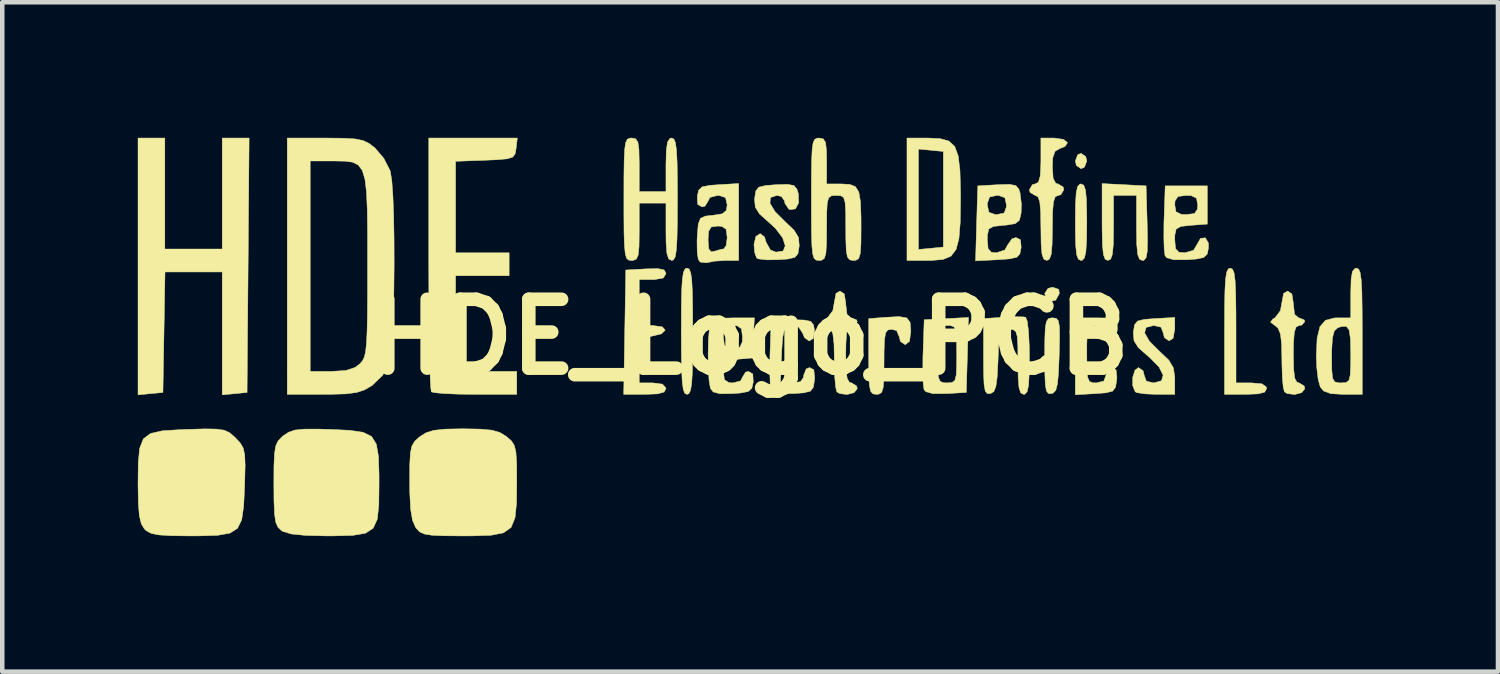
<source format=kicad_pcb>
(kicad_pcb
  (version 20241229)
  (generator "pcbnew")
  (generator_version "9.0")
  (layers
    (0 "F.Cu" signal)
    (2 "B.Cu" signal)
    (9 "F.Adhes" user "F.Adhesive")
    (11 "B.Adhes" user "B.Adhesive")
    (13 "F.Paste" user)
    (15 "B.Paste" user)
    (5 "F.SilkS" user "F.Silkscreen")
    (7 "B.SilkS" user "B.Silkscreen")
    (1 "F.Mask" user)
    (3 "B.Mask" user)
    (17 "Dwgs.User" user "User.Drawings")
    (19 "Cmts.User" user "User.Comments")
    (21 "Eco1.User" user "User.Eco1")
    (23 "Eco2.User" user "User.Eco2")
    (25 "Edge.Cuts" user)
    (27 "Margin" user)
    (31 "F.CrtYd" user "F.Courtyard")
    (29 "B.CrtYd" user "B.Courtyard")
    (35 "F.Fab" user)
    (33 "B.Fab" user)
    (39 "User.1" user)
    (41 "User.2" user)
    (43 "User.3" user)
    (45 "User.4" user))
  (footprint "HDE_Logo_PCB"
    (layer "F.Cu")
    (at 13.552 4.408)
    (property "Reference" "HDE_Logo_PCB" (at 0 0 0) (layer "F.SilkS") (effects (font (size 1.524 1.524) (thickness 0.3))))
    (attr through_hole)
    (fp_poly (pts (xy 6.831 -1.054) (xy 6.843 -0.96) (xy 6.763 -0.816) (xy 6.637 -0.782) (xy 6.578 -0.817) (xy 6.518 -0.962) (xy 6.593 -1.076) (xy 6.695 -1.101) (xy 6.831 -1.054)) (stroke (width 0.01) (type solid)) (fill yes) (layer "F.SilkS"))
    (fp_poly (pts (xy 7.427 -3.993) (xy 7.451 -3.895) (xy 7.398 -3.757) (xy 7.324 -3.725) (xy 7.22 -3.796) (xy 7.197 -3.895) (xy 7.25 -4.033) (xy 7.324 -4.064) (xy 7.427 -3.993)) (stroke (width 0.01) (type solid)) (fill yes) (layer "F.SilkS"))
    (fp_poly (pts (xy -12.954 -1.947) (xy -11.684 -1.947) (xy -11.684 -4.403) (xy -11.089 -4.403) (xy -11.111 -1.587) (xy -11.134 1.228) (xy -11.684 1.281) (xy -11.684 -1.439) (xy -12.95 -1.439) (xy -12.973 -0.106) (xy -12.996 1.228) (xy -13.271 1.254) (xy -13.547 1.281) (xy -13.547 -4.403) (xy -12.954 -4.403) (xy -12.954 -1.947)) (stroke (width 0.01) (type solid)) (fill yes) (layer "F.SilkS"))
    (fp_poly (pts (xy 7.383 -3.359) (xy 7.421 -3.256) (xy 7.442 -3.051) (xy 7.45 -2.716) (xy 7.451 -2.54) (xy 7.446 -2.145) (xy 7.431 -1.892) (xy 7.4 -1.752) (xy 7.35 -1.697) (xy 7.324 -1.693) (xy 7.264 -1.721) (xy 7.226 -1.824) (xy 7.205 -2.029) (xy 7.197 -2.364) (xy 7.197 -2.54) (xy 7.201 -2.935) (xy 7.216 -3.188) (xy 7.247 -3.328) (xy 7.297 -3.383) (xy 7.324 -3.387) (xy 7.383 -3.359)) (stroke (width 0.01) (type solid)) (fill yes) (layer "F.SilkS"))
    (fp_poly (pts (xy 6.771 -0.413) (xy 6.819 -0.362) (xy 6.844 -0.238) (xy 6.849 -0.011) (xy 6.841 0.35) (xy 6.84 0.401) (xy 6.825 0.787) (xy 6.802 1.035) (xy 6.766 1.176) (xy 6.709 1.24) (xy 6.668 1.254) (xy 6.6 1.251) (xy 6.557 1.193) (xy 6.532 1.049) (xy 6.522 0.792) (xy 6.519 0.43) (xy 6.522 0.043) (xy 6.532 -0.205) (xy 6.558 -0.345) (xy 6.604 -0.408) (xy 6.677 -0.423) (xy 6.692 -0.423) (xy 6.771 -0.413)) (stroke (width 0.01) (type solid)) (fill yes) (layer "F.SilkS"))
    (fp_poly (pts (xy 10.675 -1.501) (xy 10.711 -1.416) (xy 10.733 -1.246) (xy 10.746 -0.967) (xy 10.752 -0.556) (xy 10.753 -0.254) (xy 10.753 1.016) (xy 11.091 1.016) (xy 11.327 1.037) (xy 11.424 1.106) (xy 11.43 1.143) (xy 11.388 1.22) (xy 11.241 1.259) (xy 10.964 1.27) (xy 10.499 1.27) (xy 10.499 -0.127) (xy 10.501 -0.651) (xy 10.508 -1.029) (xy 10.523 -1.283) (xy 10.547 -1.435) (xy 10.583 -1.507) (xy 10.626 -1.524) (xy 10.675 -1.501)) (stroke (width 0.01) (type solid)) (fill yes) (layer "F.SilkS"))
    (fp_poly (pts (xy -1.349 -1.502) (xy -1.315 -1.42) (xy -1.292 -1.257) (xy -1.278 -0.989) (xy -1.272 -0.594) (xy -1.27 -0.127) (xy -1.272 0.397) (xy -1.279 0.775) (xy -1.294 1.029) (xy -1.319 1.181) (xy -1.355 1.253) (xy -1.397 1.27) (xy -1.445 1.248) (xy -1.479 1.166) (xy -1.502 1.003) (xy -1.516 0.735) (xy -1.522 0.34) (xy -1.524 -0.127) (xy -1.522 -0.651) (xy -1.515 -1.029) (xy -1.5 -1.283) (xy -1.475 -1.435) (xy -1.439 -1.507) (xy -1.397 -1.524) (xy -1.349 -1.502)) (stroke (width 0.01) (type solid)) (fill yes) (layer "F.SilkS"))
    (fp_poly (pts (xy 8.763 -3.344) (xy 8.787 -2.519) (xy 8.795 -2.133) (xy 8.788 -1.887) (xy 8.762 -1.752) (xy 8.714 -1.698) (xy 8.681 -1.693) (xy 8.617 -1.722) (xy 8.577 -1.828) (xy 8.557 -2.041) (xy 8.551 -2.392) (xy 8.551 -2.413) (xy 8.551 -3.133) (xy 8.043 -3.133) (xy 8.043 -2.413) (xy 8.038 -2.053) (xy 8.018 -1.833) (xy 7.979 -1.723) (xy 7.916 -1.693) (xy 7.857 -1.721) (xy 7.819 -1.823) (xy 7.798 -2.028) (xy 7.79 -2.362) (xy 7.789 -2.544) (xy 7.789 -3.395) (xy 8.763 -3.344)) (stroke (width 0.01) (type solid)) (fill yes) (layer "F.SilkS"))
    (fp_poly (pts (xy 4.204 -4.39) (xy 4.398 -4.336) (xy 4.528 -4.216) (xy 4.605 -4.006) (xy 4.644 -3.683) (xy 4.656 -3.222) (xy 4.657 -3.048) (xy 4.65 -2.54) (xy 4.621 -2.177) (xy 4.557 -1.935) (xy 4.445 -1.789) (xy 4.272 -1.717) (xy 4.025 -1.694) (xy 3.932 -1.693) (xy 3.471 -1.693) (xy 3.471 -1.937) (xy 3.725 -1.937) (xy 4 -1.963) (xy 4.276 -1.99) (xy 4.276 -4.106) (xy 4 -4.133) (xy 3.725 -4.159) (xy 3.725 -1.937) (xy 3.471 -1.937) (xy 3.471 -4.403) (xy 3.932 -4.403) (xy 4.204 -4.39)) (stroke (width 0.01) (type solid)) (fill yes) (layer "F.SilkS"))
    (fp_poly (pts (xy -5.18 -4.17) (xy -5.201 -4.053) (xy -5.254 -3.982) (xy -5.376 -3.943) (xy -5.603 -3.923) (xy -5.863 -3.912) (xy -6.519 -3.888) (xy -6.519 -1.863) (xy -5.334 -1.863) (xy -5.334 -1.355) (xy -6.519 -1.355) (xy -6.519 0.762) (xy -5.165 0.762) (xy -5.165 1.27) (xy -6.082 1.27) (xy -6.46 1.265) (xy -6.774 1.252) (xy -6.985 1.232) (xy -7.056 1.214) (xy -7.069 1.118) (xy -7.082 0.874) (xy -7.092 0.501) (xy -7.101 0.02) (xy -7.108 -0.55) (xy -7.111 -1.187) (xy -7.112 -1.623) (xy -7.112 -4.403) (xy -5.153 -4.403) (xy -5.18 -4.17)) (stroke (width 0.01) (type solid)) (fill yes) (layer "F.SilkS"))
    (fp_poly (pts (xy 3.466 -0.422) (xy 3.539 -0.327) (xy 3.556 -0.146) (xy 3.556 -0.12) (xy 3.527 0.096) (xy 3.435 0.169) (xy 3.429 0.169) (xy 3.326 0.099) (xy 3.302 0) (xy 3.242 -0.142) (xy 3.133 -0.169) (xy 3.05 -0.156) (xy 3 -0.094) (xy 2.974 0.051) (xy 2.964 0.31) (xy 2.963 0.55) (xy 2.96 0.9) (xy 2.946 1.114) (xy 2.912 1.225) (xy 2.851 1.265) (xy 2.794 1.27) (xy 2.717 1.258) (xy 2.667 1.203) (xy 2.64 1.072) (xy 2.627 0.836) (xy 2.625 0.464) (xy 2.625 0.432) (xy 2.625 -0.406) (xy 3.004 -0.436) (xy 3.3 -0.451) (xy 3.466 -0.422)) (stroke (width 0.01) (type solid)) (fill yes) (layer "F.SilkS"))
    (fp_poly (pts (xy -1.904 -1.484) (xy -1.863 -1.411) (xy -1.863 -1.401) (xy -1.921 -1.306) (xy -2.114 -1.271) (xy -2.159 -1.27) (xy -2.455 -1.27) (xy -2.455 -0.254) (xy -2.152 -0.254) (xy -1.942 -0.223) (xy -1.88 -0.15) (xy -1.961 -0.071) (xy -2.179 -0.017) (xy -2.187 -0.016) (xy -2.336 0.006) (xy -2.416 0.06) (xy -2.449 0.191) (xy -2.455 0.439) (xy -2.455 0.513) (xy -2.455 1.016) (xy -2.159 1.016) (xy -1.94 1.044) (xy -1.863 1.131) (xy -1.863 1.143) (xy -1.904 1.219) (xy -2.051 1.259) (xy -2.33 1.27) (xy -2.798 1.27) (xy -2.752 -1.482) (xy -2.307 -1.507) (xy -2.04 -1.513) (xy -1.904 -1.484)) (stroke (width 0.01) (type solid)) (fill yes) (layer "F.SilkS"))
    (fp_poly (pts (xy -9.288 2.046) (xy -8.862 2.066) (xy -8.567 2.109) (xy -8.378 2.202) (xy -8.272 2.374) (xy -8.225 2.649) (xy -8.213 3.056) (xy -8.213 3.263) (xy -8.218 3.718) (xy -8.252 4.033) (xy -8.342 4.232) (xy -8.513 4.343) (xy -8.792 4.391) (xy -9.206 4.402) (xy -9.367 4.403) (xy -9.834 4.392) (xy -10.153 4.36) (xy -10.345 4.302) (xy -10.377 4.282) (xy -10.451 4.21) (xy -10.499 4.1) (xy -10.526 3.918) (xy -10.538 3.632) (xy -10.541 3.259) (xy -10.539 2.856) (xy -10.527 2.585) (xy -10.5 2.413) (xy -10.449 2.302) (xy -10.368 2.216) (xy -10.332 2.186) (xy -10.215 2.108) (xy -10.074 2.06) (xy -9.869 2.039) (xy -9.561 2.038) (xy -9.288 2.046)) (stroke (width 0.01) (type solid)) (fill yes) (layer "F.SilkS"))
    (fp_poly (pts (xy 4.808 0.398) (xy 4.784 1.228) (xy 4.338 1.253) (xy 4.043 1.254) (xy 3.886 1.209) (xy 3.848 1.162) (xy 3.83 1.026) (xy 3.822 0.77) (xy 3.824 0.441) (xy 3.826 0.381) (xy 4.149 0.381) (xy 4.151 0.704) (xy 4.167 0.893) (xy 4.208 0.985) (xy 4.286 1.014) (xy 4.36 1.016) (xy 4.468 1.008) (xy 4.531 0.961) (xy 4.562 0.838) (xy 4.571 0.604) (xy 4.572 0.381) (xy 4.569 0.058) (xy 4.554 -0.131) (xy 4.513 -0.223) (xy 4.435 -0.252) (xy 4.36 -0.254) (xy 4.253 -0.246) (xy 4.19 -0.199) (xy 4.159 -0.076) (xy 4.149 0.158) (xy 4.149 0.381) (xy 3.826 0.381) (xy 3.828 0.332) (xy 3.852 -0.381) (xy 4.832 -0.432) (xy 4.808 0.398)) (stroke (width 0.01) (type solid)) (fill yes) (layer "F.SilkS"))
    (fp_poly (pts (xy 7.929 -0.419) (xy 8.067 -0.391) (xy 8.12 -0.317) (xy 8.128 -0.173) (xy 8.128 -0.169) (xy 8.09 0.032) (xy 8.001 0.085) (xy 7.898 0.014) (xy 7.874 -0.085) (xy 7.824 -0.217) (xy 7.662 -0.254) (xy 7.555 -0.246) (xy 7.492 -0.199) (xy 7.461 -0.076) (xy 7.451 0.158) (xy 7.451 0.381) (xy 7.453 0.704) (xy 7.469 0.893) (xy 7.51 0.985) (xy 7.588 1.014) (xy 7.662 1.016) (xy 7.828 0.976) (xy 7.874 0.847) (xy 7.929 0.707) (xy 8.006 0.677) (xy 8.098 0.725) (xy 8.117 0.891) (xy 8.112 0.953) (xy 8.087 1.113) (xy 8.023 1.198) (xy 7.874 1.236) (xy 7.641 1.253) (xy 7.197 1.279) (xy 7.197 -0.423) (xy 7.662 -0.423) (xy 7.929 -0.419)) (stroke (width 0.01) (type solid)) (fill yes) (layer "F.SilkS"))
    (fp_poly (pts (xy -11.81 2.038) (xy -11.641 2.063) (xy -11.524 2.116) (xy -11.418 2.206) (xy -11.384 2.24) (xy -11.282 2.349) (xy -11.219 2.459) (xy -11.186 2.609) (xy -11.177 2.837) (xy -11.185 3.183) (xy -11.189 3.313) (xy -11.209 3.744) (xy -11.252 4.044) (xy -11.345 4.235) (xy -11.515 4.342) (xy -11.789 4.39) (xy -12.194 4.402) (xy -12.407 4.403) (xy -12.812 4.398) (xy -13.084 4.381) (xy -13.257 4.346) (xy -13.366 4.287) (xy -13.407 4.248) (xy -13.475 4.135) (xy -13.518 3.956) (xy -13.54 3.676) (xy -13.547 3.263) (xy -13.547 3.248) (xy -13.542 2.784) (xy -13.511 2.462) (xy -13.429 2.255) (xy -13.271 2.136) (xy -13.014 2.077) (xy -12.631 2.052) (xy -12.457 2.045) (xy -12.068 2.034) (xy -11.81 2.038)) (stroke (width 0.01) (type solid)) (fill yes) (layer "F.SilkS"))
    (fp_poly (pts (xy 1.199 -0.375) (xy 1.341 -0.345) (xy 1.402 -0.269) (xy 1.424 -0.148) (xy 1.399 0.032) (xy 1.306 0.089) (xy 1.202 0.013) (xy 1.159 -0.091) (xy 1.068 -0.226) (xy 0.916 -0.24) (xy 0.814 -0.212) (xy 0.752 -0.14) (xy 0.719 0.015) (xy 0.7 0.289) (xy 0.695 0.402) (xy 0.67 1.016) (xy 0.928 1.016) (xy 1.115 0.99) (xy 1.182 0.894) (xy 1.185 0.847) (xy 1.241 0.707) (xy 1.318 0.677) (xy 1.409 0.725) (xy 1.428 0.891) (xy 1.424 0.953) (xy 1.399 1.113) (xy 1.335 1.198) (xy 1.186 1.236) (xy 0.952 1.253) (xy 0.657 1.254) (xy 0.499 1.209) (xy 0.461 1.162) (xy 0.443 1.026) (xy 0.435 0.77) (xy 0.438 0.441) (xy 0.441 0.332) (xy 0.466 -0.381) (xy 0.931 -0.381) (xy 1.199 -0.375)) (stroke (width 0.01) (type solid)) (fill yes) (layer "F.SilkS"))
    (fp_poly (pts (xy 6.043 -0.445) (xy 6.097 -0.437) (xy 6.134 -0.345) (xy 6.162 -0.115) (xy 6.178 0.217) (xy 6.181 0.43) (xy 6.176 0.823) (xy 6.161 1.075) (xy 6.13 1.213) (xy 6.079 1.266) (xy 6.054 1.27) (xy 5.99 1.239) (xy 5.951 1.127) (xy 5.932 0.905) (xy 5.927 0.55) (xy 5.925 0.202) (xy 5.912 -0.011) (xy 5.879 -0.121) (xy 5.817 -0.163) (xy 5.718 -0.169) (xy 5.616 -0.161) (xy 5.553 -0.114) (xy 5.517 0.006) (xy 5.497 0.234) (xy 5.486 0.528) (xy 5.468 0.88) (xy 5.439 1.096) (xy 5.393 1.209) (xy 5.32 1.253) (xy 5.313 1.254) (xy 5.245 1.251) (xy 5.202 1.192) (xy 5.177 1.048) (xy 5.167 0.789) (xy 5.165 0.438) (xy 5.165 -0.407) (xy 5.589 -0.436) (xy 5.85 -0.448) (xy 6.043 -0.445)) (stroke (width 0.01) (type solid)) (fill yes) (layer "F.SilkS"))
    (fp_poly (pts (xy -5.969 2.039) (xy -5.713 2.063) (xy -5.536 2.115) (xy -5.396 2.201) (xy -5.388 2.207) (xy -5.285 2.298) (xy -5.22 2.398) (xy -5.184 2.547) (xy -5.168 2.782) (xy -5.165 3.143) (xy -5.165 3.205) (xy -5.17 3.676) (xy -5.204 4.004) (xy -5.291 4.215) (xy -5.458 4.334) (xy -5.731 4.388) (xy -6.134 4.402) (xy -6.35 4.403) (xy -6.759 4.4) (xy -7.033 4.389) (xy -7.206 4.362) (xy -7.312 4.315) (xy -7.385 4.24) (xy -7.404 4.214) (xy -7.472 4.059) (xy -7.514 3.812) (xy -7.533 3.441) (xy -7.535 3.205) (xy -7.533 2.823) (xy -7.52 2.573) (xy -7.487 2.415) (xy -7.426 2.31) (xy -7.329 2.221) (xy -7.312 2.207) (xy -7.172 2.119) (xy -6.999 2.066) (xy -6.749 2.039) (xy -6.376 2.032) (xy -6.35 2.032) (xy -5.969 2.039)) (stroke (width 0.01) (type solid)) (fill yes) (layer "F.SilkS"))
    (fp_poly (pts (xy 2.084 -0.952) (xy 2.116 -0.747) (xy 2.117 -0.72) (xy 2.144 -0.5) (xy 2.232 -0.424) (xy 2.244 -0.423) (xy 2.356 -0.378) (xy 2.371 -0.339) (xy 2.302 -0.264) (xy 2.244 -0.254) (xy 2.177 -0.221) (xy 2.137 -0.101) (xy 2.12 0.137) (xy 2.117 0.381) (xy 2.123 0.716) (xy 2.147 0.913) (xy 2.195 1.001) (xy 2.244 1.016) (xy 2.356 1.084) (xy 2.371 1.143) (xy 2.301 1.232) (xy 2.145 1.273) (xy 1.981 1.252) (xy 1.919 1.214) (xy 1.892 1.107) (xy 1.872 0.877) (xy 1.863 0.569) (xy 1.863 0.498) (xy 1.856 0.148) (xy 1.83 -0.07) (xy 1.777 -0.195) (xy 1.714 -0.25) (xy 1.611 -0.327) (xy 1.657 -0.392) (xy 1.714 -0.428) (xy 1.83 -0.583) (xy 1.863 -0.766) (xy 1.901 -0.965) (xy 1.99 -1.016) (xy 2.084 -0.952)) (stroke (width 0.01) (type solid)) (fill yes) (layer "F.SilkS"))
    (fp_poly (pts (xy 11.99 -0.952) (xy 12.022 -0.747) (xy 12.023 -0.72) (xy 12.05 -0.5) (xy 12.138 -0.424) (xy 12.15 -0.423) (xy 12.262 -0.378) (xy 12.277 -0.339) (xy 12.208 -0.264) (xy 12.15 -0.254) (xy 12.083 -0.221) (xy 12.043 -0.101) (xy 12.026 0.137) (xy 12.023 0.381) (xy 12.029 0.716) (xy 12.053 0.913) (xy 12.101 1.001) (xy 12.15 1.016) (xy 12.262 1.084) (xy 12.277 1.143) (xy 12.207 1.232) (xy 12.051 1.273) (xy 11.887 1.252) (xy 11.825 1.214) (xy 11.798 1.107) (xy 11.778 0.877) (xy 11.769 0.569) (xy 11.769 0.498) (xy 11.762 0.148) (xy 11.736 -0.07) (xy 11.683 -0.195) (xy 11.62 -0.25) (xy 11.517 -0.327) (xy 11.563 -0.392) (xy 11.62 -0.428) (xy 11.736 -0.583) (xy 11.769 -0.766) (xy 11.807 -0.965) (xy 11.896 -1.016) (xy 11.99 -0.952)) (stroke (width 0.01) (type solid)) (fill yes) (layer "F.SilkS"))
    (fp_poly (pts (xy 6.938 -4.372) (xy 7.024 -4.301) (xy 6.972 -4.218) (xy 6.858 -4.173) (xy 6.748 -4.11) (xy 6.698 -3.966) (xy 6.689 -3.758) (xy 6.706 -3.51) (xy 6.765 -3.4) (xy 6.816 -3.387) (xy 6.928 -3.319) (xy 6.943 -3.26) (xy 6.875 -3.147) (xy 6.816 -3.133) (xy 6.752 -3.102) (xy 6.713 -2.99) (xy 6.694 -2.768) (xy 6.689 -2.413) (xy 6.683 -2.053) (xy 6.664 -1.833) (xy 6.624 -1.723) (xy 6.562 -1.693) (xy 6.498 -1.724) (xy 6.459 -1.836) (xy 6.44 -2.058) (xy 6.435 -2.413) (xy 6.429 -2.773) (xy 6.41 -2.993) (xy 6.37 -3.103) (xy 6.308 -3.133) (xy 6.195 -3.2) (xy 6.181 -3.26) (xy 6.248 -3.372) (xy 6.308 -3.387) (xy 6.381 -3.426) (xy 6.421 -3.564) (xy 6.434 -3.833) (xy 6.435 -3.895) (xy 6.435 -4.403) (xy 6.731 -4.403) (xy 6.938 -4.372)) (stroke (width 0.01) (type solid)) (fill yes) (layer "F.SilkS"))
    (fp_poly (pts (xy 9.398 -0.174) (xy 9.361 0.03) (xy 9.271 0.085) (xy 9.168 0.014) (xy 9.144 -0.085) (xy 9.094 -0.217) (xy 8.932 -0.254) (xy 8.762 -0.211) (xy 8.731 -0.09) (xy 8.837 0.095) (xy 9.059 0.316) (xy 9.267 0.514) (xy 9.368 0.685) (xy 9.398 0.894) (xy 9.398 0.938) (xy 9.398 1.27) (xy 8.989 1.27) (xy 8.738 1.259) (xy 8.563 1.232) (xy 8.523 1.214) (xy 8.467 1.077) (xy 8.468 0.893) (xy 8.517 0.735) (xy 8.594 0.677) (xy 8.697 0.748) (xy 8.721 0.847) (xy 8.77 0.979) (xy 8.932 1.016) (xy 9.103 0.97) (xy 9.14 0.846) (xy 9.05 0.665) (xy 8.837 0.449) (xy 8.801 0.42) (xy 8.592 0.236) (xy 8.496 0.084) (xy 8.481 -0.089) (xy 8.483 -0.117) (xy 8.508 -0.271) (xy 8.575 -0.353) (xy 8.728 -0.39) (xy 8.954 -0.407) (xy 9.398 -0.432) (xy 9.398 -0.174)) (stroke (width 0.01) (type solid)) (fill yes) (layer "F.SilkS"))
    (fp_poly (pts (xy 10.118 -2.498) (xy 9.758 -2.472) (xy 9.532 -2.447) (xy 9.428 -2.388) (xy 9.399 -2.253) (xy 9.398 -2.154) (xy 9.414 -1.956) (xy 9.488 -1.876) (xy 9.618 -1.863) (xy 9.814 -1.919) (xy 9.881 -2.032) (xy 9.968 -2.183) (xy 10.073 -2.195) (xy 10.142 -2.082) (xy 10.144 -1.968) (xy 10.115 -1.832) (xy 10.038 -1.759) (xy 9.867 -1.724) (xy 9.672 -1.71) (xy 9.377 -1.709) (xy 9.22 -1.754) (xy 9.182 -1.802) (xy 9.164 -1.937) (xy 9.156 -2.193) (xy 9.158 -2.522) (xy 9.162 -2.632) (xy 9.172 -2.921) (xy 9.398 -2.921) (xy 9.425 -2.77) (xy 9.542 -2.714) (xy 9.652 -2.709) (xy 9.834 -2.732) (xy 9.9 -2.829) (xy 9.906 -2.921) (xy 9.879 -3.072) (xy 9.762 -3.128) (xy 9.652 -3.133) (xy 9.47 -3.11) (xy 9.404 -3.013) (xy 9.398 -2.921) (xy 9.172 -2.921) (xy 9.186 -3.344) (xy 10.118 -3.344) (xy 10.118 -2.498)) (stroke (width 0.01) (type solid)) (fill yes) (layer "F.SilkS"))
    (fp_poly (pts (xy 5.88 -3.351) (xy 5.947 -3.272) (xy 5.973 -3.19) (xy 6.003 -2.944) (xy 5.997 -2.741) (xy 5.961 -2.586) (xy 5.869 -2.509) (xy 5.668 -2.476) (xy 5.609 -2.472) (xy 5.384 -2.447) (xy 5.28 -2.388) (xy 5.251 -2.253) (xy 5.249 -2.154) (xy 5.266 -1.955) (xy 5.34 -1.875) (xy 5.451 -1.863) (xy 5.637 -1.926) (xy 5.697 -2.032) (xy 5.792 -2.17) (xy 5.882 -2.201) (xy 5.983 -2.153) (xy 5.998 -1.985) (xy 5.996 -1.968) (xy 5.969 -1.837) (xy 5.899 -1.764) (xy 5.742 -1.729) (xy 5.479 -1.71) (xy 4.989 -1.685) (xy 5.025 -2.921) (xy 5.249 -2.921) (xy 5.284 -2.76) (xy 5.422 -2.71) (xy 5.461 -2.709) (xy 5.622 -2.744) (xy 5.672 -2.882) (xy 5.673 -2.921) (xy 5.638 -3.082) (xy 5.5 -3.132) (xy 5.461 -3.133) (xy 5.3 -3.098) (xy 5.25 -2.96) (xy 5.249 -2.921) (xy 5.025 -2.921) (xy 5.038 -3.344) (xy 5.479 -3.37) (xy 5.74 -3.378) (xy 5.88 -3.351)) (stroke (width 0.01) (type solid)) (fill yes) (layer "F.SilkS"))
    (fp_poly (pts (xy 0.042 0.466) (xy -0.275 0.492) (xy -0.484 0.523) (xy -0.573 0.598) (xy -0.593 0.759) (xy -0.593 0.767) (xy -0.569 0.946) (xy -0.468 1.011) (xy -0.381 1.016) (xy -0.211 0.972) (xy -0.169 0.889) (xy -0.101 0.778) (xy -0.037 0.762) (xy 0.059 0.817) (xy 0.069 0.995) (xy 0.039 1.133) (xy -0.04 1.206) (xy -0.215 1.24) (xy -0.392 1.253) (xy -0.667 1.256) (xy -0.817 1.217) (xy -0.878 1.14) (xy -0.908 0.972) (xy -0.925 0.695) (xy -0.93 0.368) (xy -0.922 0.052) (xy -0.917 0) (xy -0.593 0) (xy -0.57 0.182) (xy -0.473 0.248) (xy -0.381 0.254) (xy -0.23 0.227) (xy -0.174 0.11) (xy -0.169 0) (xy -0.192 -0.182) (xy -0.289 -0.248) (xy -0.381 -0.254) (xy -0.532 -0.227) (xy -0.588 -0.11) (xy -0.593 0) (xy -0.917 0) (xy -0.901 -0.194) (xy -0.88 -0.289) (xy -0.795 -0.374) (xy -0.603 -0.415) (xy -0.368 -0.423) (xy 0.094 -0.423) (xy 0.042 0.466)) (stroke (width 0.01) (type solid)) (fill yes) (layer "F.SilkS"))
    (fp_poly (pts (xy 13.467 -1.502) (xy 13.502 -1.42) (xy 13.525 -1.257) (xy 13.539 -0.989) (xy 13.545 -0.594) (xy 13.547 -0.127) (xy 13.547 1.27) (xy 13.126 1.27) (xy 12.849 1.254) (xy 12.692 1.195) (xy 12.618 1.106) (xy 12.571 0.935) (xy 12.539 0.663) (xy 12.531 0.432) (xy 12.869 0.432) (xy 12.873 0.739) (xy 12.891 0.914) (xy 12.939 0.993) (xy 13.029 1.015) (xy 13.081 1.016) (xy 13.189 1.008) (xy 13.252 0.961) (xy 13.282 0.838) (xy 13.292 0.604) (xy 13.293 0.381) (xy 13.286 0.043) (xy 13.258 -0.154) (xy 13.195 -0.235) (xy 13.083 -0.23) (xy 13.003 -0.203) (xy 12.928 -0.134) (xy 12.887 0.024) (xy 12.87 0.304) (xy 12.869 0.432) (xy 12.531 0.432) (xy 12.531 0.423) (xy 12.548 0.027) (xy 12.611 -0.228) (xy 12.733 -0.369) (xy 12.929 -0.421) (xy 12.999 -0.423) (xy 13.293 -0.423) (xy 13.293 -0.974) (xy 13.301 -1.282) (xy 13.331 -1.454) (xy 13.391 -1.52) (xy 13.42 -1.524) (xy 13.467 -1.502)) (stroke (width 0.01) (type solid)) (fill yes) (layer "F.SilkS"))
    (fp_poly (pts (xy -0.254 -1.693) (xy -0.543 -1.693) (xy -0.783 -1.679) (xy -0.962 -1.644) (xy -0.966 -1.642) (xy -1.105 -1.658) (xy -1.147 -1.716) (xy -1.171 -1.872) (xy -1.175 -2.122) (xy -1.174 -2.15) (xy -0.931 -2.15) (xy -0.917 -1.95) (xy -0.861 -1.884) (xy -0.797 -1.896) (xy -0.636 -1.942) (xy -0.586 -1.947) (xy -0.531 -2.021) (xy -0.508 -2.198) (xy -0.508 -2.201) (xy -0.531 -2.383) (xy -0.628 -2.449) (xy -0.72 -2.455) (xy -0.861 -2.434) (xy -0.92 -2.337) (xy -0.931 -2.15) (xy -1.174 -2.15) (xy -1.169 -2.254) (xy -1.148 -2.501) (xy -1.099 -2.626) (xy -0.987 -2.676) (xy -0.826 -2.693) (xy -0.614 -2.727) (xy -0.525 -2.803) (xy -0.508 -2.926) (xy -0.544 -3.084) (xy -0.685 -3.132) (xy -0.72 -3.133) (xy -0.89 -3.089) (xy -0.931 -3.006) (xy -1 -2.895) (xy -1.064 -2.879) (xy -1.16 -2.934) (xy -1.17 -3.111) (xy -1.14 -3.248) (xy -1.063 -3.322) (xy -0.892 -3.356) (xy -0.699 -3.37) (xy -0.254 -3.396) (xy -0.254 -1.693)) (stroke (width 0.01) (type solid)) (fill yes) (layer "F.SilkS"))
    (fp_poly (pts (xy 0.969 -3.352) (xy 1.036 -3.272) (xy 1.066 -3.173) (xy 1.074 -2.97) (xy 1.004 -2.836) (xy 0.883 -2.817) (xy 0.854 -2.832) (xy 0.769 -2.959) (xy 0.762 -3.011) (xy 0.692 -3.11) (xy 0.593 -3.133) (xy 0.45 -3.086) (xy 0.439 -2.959) (xy 0.553 -2.772) (xy 0.767 -2.559) (xy 0.974 -2.361) (xy 1.071 -2.202) (xy 1.086 -2.026) (xy 1.084 -2) (xy 1.058 -1.843) (xy 0.988 -1.761) (xy 0.83 -1.725) (xy 0.632 -1.711) (xy 0.375 -1.707) (xy 0.193 -1.727) (xy 0.145 -1.746) (xy 0.101 -1.867) (xy 0.085 -2.046) (xy 0.128 -2.227) (xy 0.222 -2.287) (xy 0.317 -2.216) (xy 0.354 -2.095) (xy 0.45 -1.924) (xy 0.572 -1.878) (xy 0.73 -1.902) (xy 0.777 -2.018) (xy 0.719 -2.194) (xy 0.563 -2.401) (xy 0.419 -2.534) (xy 0.21 -2.72) (xy 0.114 -2.872) (xy 0.098 -3.045) (xy 0.101 -3.077) (xy 0.126 -3.234) (xy 0.193 -3.316) (xy 0.346 -3.353) (xy 0.569 -3.37) (xy 0.829 -3.378) (xy 0.969 -3.352)) (stroke (width 0.01) (type solid)) (fill yes) (layer "F.SilkS"))
    (fp_poly (pts (xy -1.687 -4.38) (xy -1.653 -4.298) (xy -1.63 -4.132) (xy -1.616 -3.861) (xy -1.61 -3.461) (xy -1.609 -3.048) (xy -1.611 -2.533) (xy -1.619 -2.163) (xy -1.634 -1.918) (xy -1.659 -1.773) (xy -1.697 -1.706) (xy -1.736 -1.693) (xy -1.803 -1.727) (xy -1.842 -1.847) (xy -1.86 -2.085) (xy -1.863 -2.328) (xy -1.863 -2.963) (xy -2.455 -2.963) (xy -2.455 -2.328) (xy -2.459 -2.004) (xy -2.478 -1.813) (xy -2.519 -1.722) (xy -2.594 -1.694) (xy -2.625 -1.693) (xy -2.688 -1.701) (xy -2.733 -1.741) (xy -2.763 -1.838) (xy -2.781 -2.015) (xy -2.791 -2.297) (xy -2.794 -2.709) (xy -2.794 -3.048) (xy -2.793 -3.555) (xy -2.788 -3.916) (xy -2.776 -4.157) (xy -2.754 -4.302) (xy -2.719 -4.375) (xy -2.667 -4.4) (xy -2.625 -4.403) (xy -2.536 -4.387) (xy -2.485 -4.315) (xy -2.461 -4.15) (xy -2.455 -3.857) (xy -2.455 -3.81) (xy -2.455 -3.217) (xy -1.863 -3.217) (xy -1.863 -3.81) (xy -1.855 -4.132) (xy -1.828 -4.316) (xy -1.775 -4.394) (xy -1.736 -4.403) (xy -1.687 -4.38)) (stroke (width 0.01) (type solid)) (fill yes) (layer "F.SilkS"))
    (fp_poly (pts (xy 1.619 -4.384) (xy 1.67 -4.303) (xy 1.69 -4.12) (xy 1.693 -3.895) (xy 1.693 -3.387) (xy 2.023 -3.387) (xy 2.208 -3.376) (xy 2.331 -3.326) (xy 2.405 -3.208) (xy 2.442 -2.993) (xy 2.454 -2.652) (xy 2.455 -2.406) (xy 2.452 -2.058) (xy 2.437 -1.846) (xy 2.403 -1.737) (xy 2.341 -1.698) (xy 2.286 -1.693) (xy 2.204 -1.707) (xy 2.153 -1.769) (xy 2.127 -1.913) (xy 2.118 -2.172) (xy 2.117 -2.413) (xy 2.115 -2.761) (xy 2.102 -2.974) (xy 2.07 -3.085) (xy 2.007 -3.126) (xy 1.905 -3.133) (xy 1.803 -3.126) (xy 1.74 -3.084) (xy 1.707 -2.973) (xy 1.695 -2.759) (xy 1.693 -2.413) (xy 1.69 -2.063) (xy 1.676 -1.849) (xy 1.642 -1.739) (xy 1.581 -1.698) (xy 1.524 -1.693) (xy 1.461 -1.701) (xy 1.415 -1.741) (xy 1.385 -1.838) (xy 1.367 -2.015) (xy 1.358 -2.297) (xy 1.355 -2.709) (xy 1.355 -3.048) (xy 1.356 -3.555) (xy 1.361 -3.916) (xy 1.373 -4.157) (xy 1.395 -4.302) (xy 1.43 -4.375) (xy 1.482 -4.4) (xy 1.524 -4.403) (xy 1.619 -4.384)) (stroke (width 0.01) (type solid)) (fill yes) (layer "F.SilkS"))
    (fp_poly (pts (xy -9.013 -4.399) (xy -8.748 -4.384) (xy -8.569 -4.348) (xy -8.435 -4.284) (xy -8.306 -4.186) (xy -8.109 -3.956) (xy -7.97 -3.685) (xy -7.962 -3.656) (xy -7.93 -3.452) (xy -7.906 -3.114) (xy -7.89 -2.675) (xy -7.881 -2.167) (xy -7.879 -1.623) (xy -7.884 -1.073) (xy -7.895 -0.551) (xy -7.914 -0.089) (xy -7.939 0.283) (xy -7.97 0.53) (xy -7.985 0.59) (xy -8.136 0.851) (xy -8.366 1.072) (xy -8.373 1.077) (xy -8.536 1.171) (xy -8.712 1.229) (xy -8.949 1.259) (xy -9.291 1.269) (xy -9.453 1.27) (xy -10.245 1.27) (xy -10.245 -3.895) (xy -9.737 -3.895) (xy -9.737 0.762) (xy -9.271 0.762) (xy -8.95 0.742) (xy -8.742 0.674) (xy -8.636 0.593) (xy -8.582 0.53) (xy -8.541 0.45) (xy -8.511 0.329) (xy -8.491 0.146) (xy -8.478 -0.12) (xy -8.47 -0.493) (xy -8.467 -0.992) (xy -8.467 -1.581) (xy -8.467 -2.266) (xy -8.473 -2.801) (xy -8.49 -3.203) (xy -8.525 -3.493) (xy -8.584 -3.687) (xy -8.673 -3.806) (xy -8.798 -3.868) (xy -8.967 -3.891) (xy -9.184 -3.895) (xy -9.242 -3.895) (xy -9.737 -3.895) (xy -10.245 -3.895) (xy -10.245 -4.403) (xy -9.404 -4.403) (xy -9.013 -4.399)) (stroke (width 0.01) (type solid)) (fill yes) (layer "F.SilkS")))
  (gr_rect
    (start -3 -3)
    (end 30.103 11.815)
    (stroke (width 0.1) (type default))
    (fill no)
    (layer "Edge.Cuts")))
</source>
